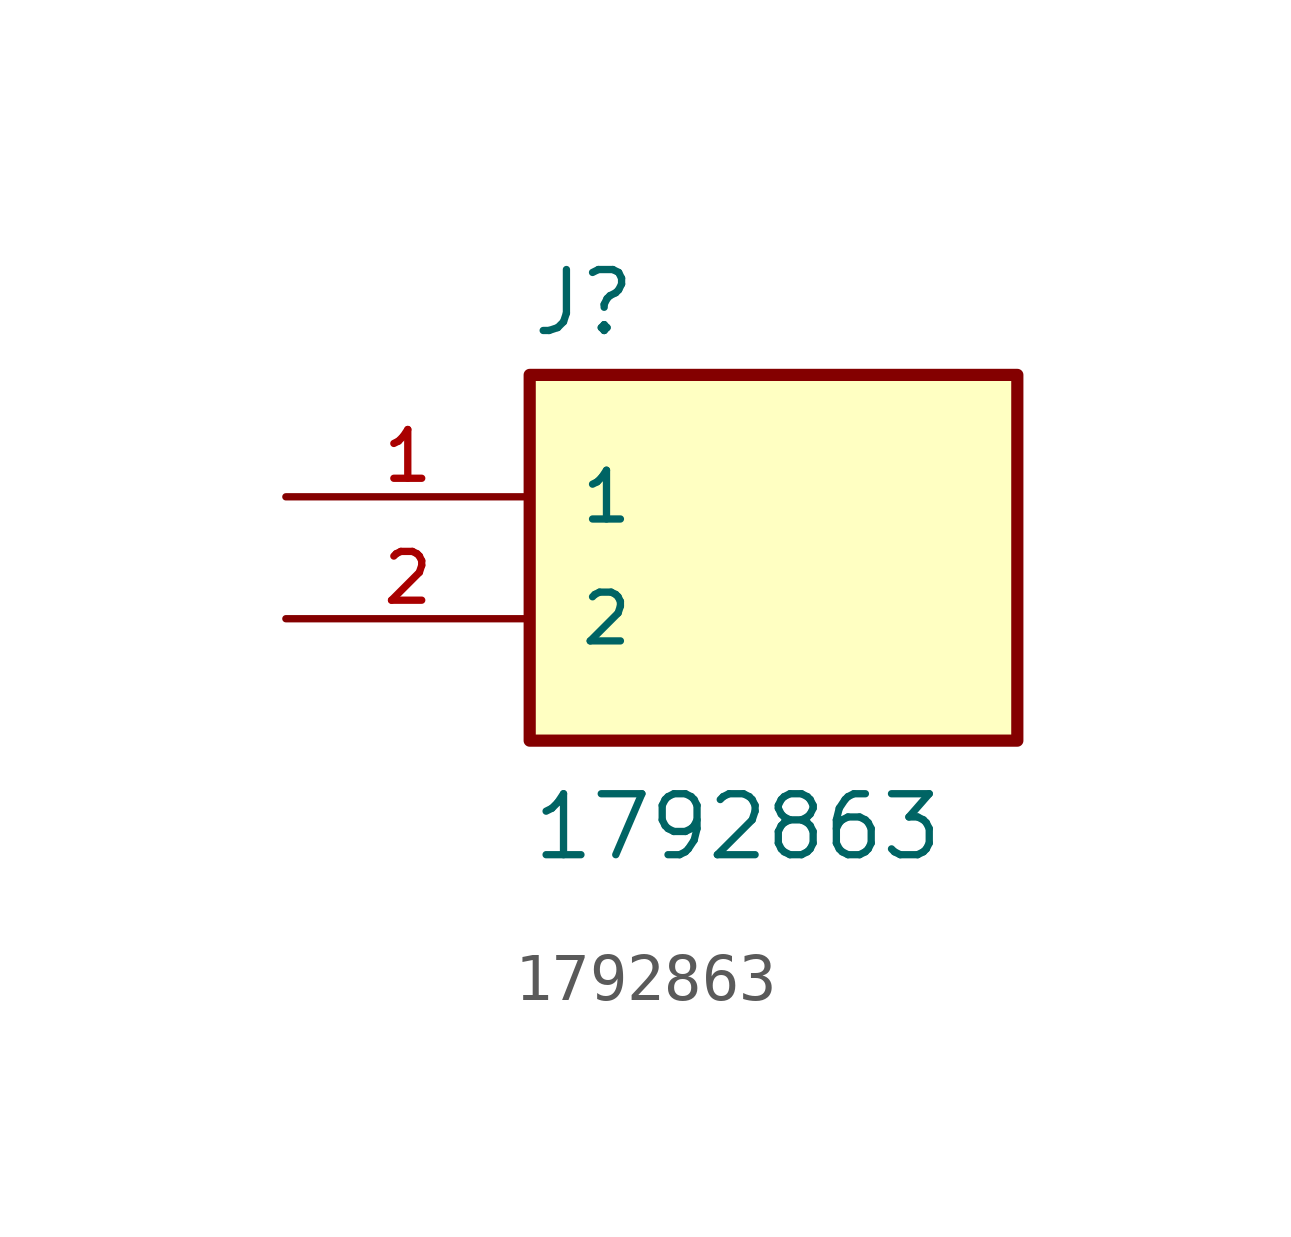
<source format=kicad_sym>
(kicad_symbol_lib
  (version 20211014)
  (generator kicad_symbol_editor)
  (symbol "1792863"
    (pin_names
      (offset 1.016))
    (property "Reference" "J"
      (at -5.08 5.842 0)
      (effects (font (size 1.27 1.27)) (justify bottom left)))
    (property "Value" "1792863"
      (at -5.08 -5.08 0)
      (effects (font (size 1.27 1.27)) (justify bottom left)))
    (symbol "1792863_0_0"
      (rectangle (start -5.08 -2.54) (end 5.08 5.08) (stroke (width 0.254)) (fill (type background)))
      (pin passive line (at -10.16 2.54 0) (length 5.08) (name "1" (effects (font (size 1.016 1.016)))) (number "1" (effects (font (size 1.016 1.016)))))
      (pin passive line (at -10.16 0.0 0) (length 5.08) (name "2" (effects (font (size 1.016 1.016)))) (number "2" (effects (font (size 1.016 1.016))))))))
</source>
